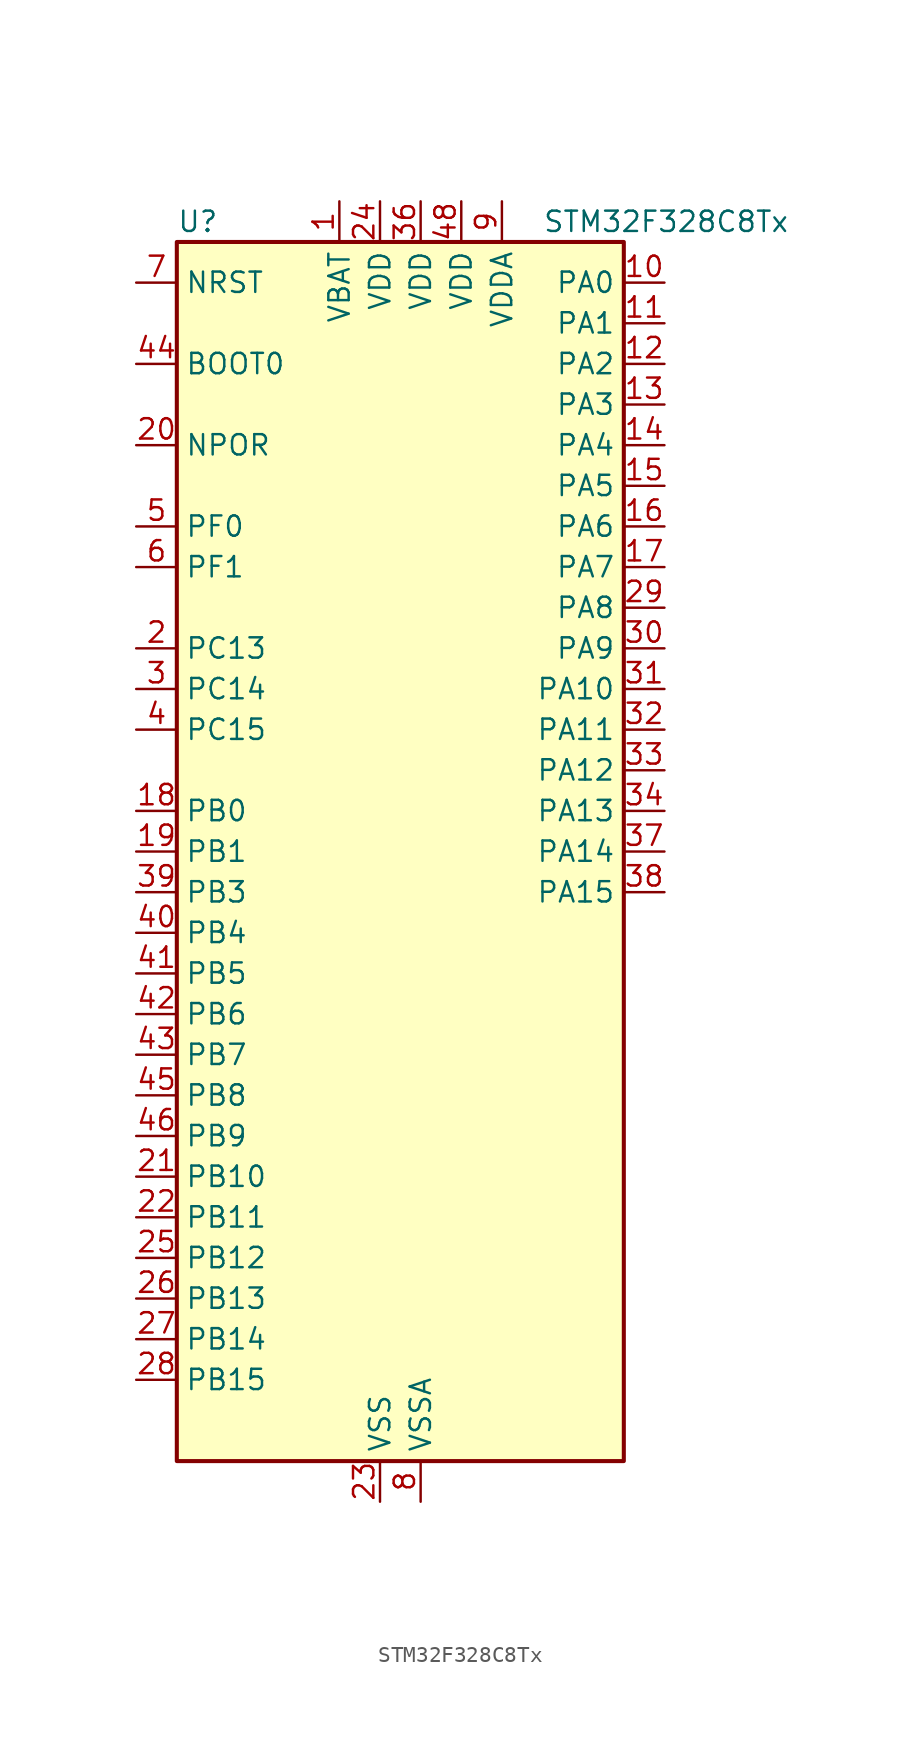
<source format=kicad_sym>
(kicad_symbol_lib
  (version 20220914)
  (generator kicad_symbol_editor)
  (symbol "STM32F328C8Tx"
    (property "Reference" "U"
      (at -12.7 39.37 0)
      (effects (font (size 1.27 1.27)) (justify left)))
    (property "Value" "STM32F328C8Tx"
      (at 10.16 39.37 0)
      (effects (font (size 1.27 1.27)) (justify left)))
    (property "ki_locked" ""
      (at 0 0 0)
      (effects (font (size 1.27 1.27))))
    (symbol "STM32F328C8Tx_0_1"
      (rectangle (start -12.7 -38.1) (end 15.24 38.1) (stroke (width 0.254) (type default)) (fill (type background))))
    (symbol "STM32F328C8Tx_1_1"
      (pin power_in line (at -2.54 40.64 270) (length 2.54) (name "VBAT" (effects (font (size 1.27 1.27)))) (number "1" (effects (font (size 1.27 1.27)))))
      (pin bidirectional line (at 17.78 35.56 180) (length 2.54) (name "PA0" (effects (font (size 1.27 1.27)))) (number "10" (effects (font (size 1.27 1.27)))) (alternate "ADC1_IN1" bidirectional line) (alternate "RTC_TAMP2" bidirectional line) (alternate "SYS_WKUP1" bidirectional line) (alternate "TIM2_CH1" bidirectional line) (alternate "TIM2_ETR" bidirectional line) (alternate "TSC_G1_IO1" bidirectional line) (alternate "USART2_CTS" bidirectional line))
      (pin bidirectional line (at 17.78 33.02 180) (length 2.54) (name "PA1" (effects (font (size 1.27 1.27)))) (number "11" (effects (font (size 1.27 1.27)))) (alternate "ADC1_IN2" bidirectional line) (alternate "RTC_REFIN" bidirectional line) (alternate "TIM15_CH1N" bidirectional line) (alternate "TIM2_CH2" bidirectional line) (alternate "TSC_G1_IO2" bidirectional line) (alternate "USART2_DE" bidirectional line) (alternate "USART2_RTS" bidirectional line))
      (pin bidirectional line (at 17.78 30.48 180) (length 2.54) (name "PA2" (effects (font (size 1.27 1.27)))) (number "12" (effects (font (size 1.27 1.27)))) (alternate "ADC1_IN3" bidirectional line) (alternate "COMP2_INM" bidirectional line) (alternate "COMP2_OUT" bidirectional line) (alternate "TIM15_CH1" bidirectional line) (alternate "TIM2_CH3" bidirectional line) (alternate "TSC_G1_IO3" bidirectional line) (alternate "USART2_TX" bidirectional line))
      (pin bidirectional line (at 17.78 27.94 180) (length 2.54) (name "PA3" (effects (font (size 1.27 1.27)))) (number "13" (effects (font (size 1.27 1.27)))) (alternate "ADC1_IN4" bidirectional line) (alternate "TIM15_CH2" bidirectional line) (alternate "TIM2_CH4" bidirectional line) (alternate "TSC_G1_IO4" bidirectional line) (alternate "USART2_RX" bidirectional line))
      (pin bidirectional line (at 17.78 25.4 180) (length 2.54) (name "PA4" (effects (font (size 1.27 1.27)))) (number "14" (effects (font (size 1.27 1.27)))) (alternate "ADC2_IN1" bidirectional line) (alternate "COMP2_INM" bidirectional line) (alternate "COMP4_INM" bidirectional line) (alternate "COMP6_INM" bidirectional line) (alternate "DAC1_OUT1" bidirectional line) (alternate "SPI1_NSS" bidirectional line) (alternate "TIM3_CH2" bidirectional line) (alternate "TSC_G2_IO1" bidirectional line) (alternate "USART2_CK" bidirectional line))
      (pin bidirectional line (at 17.78 22.86 180) (length 2.54) (name "PA5" (effects (font (size 1.27 1.27)))) (number "15" (effects (font (size 1.27 1.27)))) (alternate "ADC2_IN2" bidirectional line) (alternate "DAC1_OUT2" bidirectional line) (alternate "OPAMP2_VINM" bidirectional line) (alternate "OPAMP2_VINM_SEC" bidirectional line) (alternate "SPI1_SCK" bidirectional line) (alternate "TIM2_CH1" bidirectional line) (alternate "TIM2_ETR" bidirectional line) (alternate "TSC_G2_IO2" bidirectional line))
      (pin bidirectional line (at 17.78 20.32 180) (length 2.54) (name "PA6" (effects (font (size 1.27 1.27)))) (number "16" (effects (font (size 1.27 1.27)))) (alternate "ADC2_IN3" bidirectional line) (alternate "DAC2_OUT1" bidirectional line) (alternate "OPAMP2_VOUT" bidirectional line) (alternate "SPI1_MISO" bidirectional line) (alternate "TIM16_CH1" bidirectional line) (alternate "TIM1_BKIN" bidirectional line) (alternate "TIM3_CH1" bidirectional line) (alternate "TSC_G2_IO3" bidirectional line))
      (pin bidirectional line (at 17.78 17.78 180) (length 2.54) (name "PA7" (effects (font (size 1.27 1.27)))) (number "17" (effects (font (size 1.27 1.27)))) (alternate "ADC2_IN4" bidirectional line) (alternate "COMP2_INP" bidirectional line) (alternate "OPAMP2_VINP" bidirectional line) (alternate "OPAMP2_VINP_SEC" bidirectional line) (alternate "SPI1_MOSI" bidirectional line) (alternate "TIM17_CH1" bidirectional line) (alternate "TIM1_CH1N" bidirectional line) (alternate "TIM3_CH2" bidirectional line) (alternate "TSC_G2_IO4" bidirectional line))
      (pin bidirectional line (at -15.24 2.54 0) (length 2.54) (name "PB0" (effects (font (size 1.27 1.27)))) (number "18" (effects (font (size 1.27 1.27)))) (alternate "ADC1_IN11" bidirectional line) (alternate "COMP4_INP" bidirectional line) (alternate "OPAMP2_VINP" bidirectional line) (alternate "OPAMP2_VINP_SEC" bidirectional line) (alternate "TIM1_CH2N" bidirectional line) (alternate "TIM3_CH3" bidirectional line) (alternate "TSC_G3_IO2" bidirectional line))
      (pin bidirectional line (at -15.24 0 0) (length 2.54) (name "PB1" (effects (font (size 1.27 1.27)))) (number "19" (effects (font (size 1.27 1.27)))) (alternate "ADC1_IN12" bidirectional line) (alternate "COMP4_OUT" bidirectional line) (alternate "TIM1_CH3N" bidirectional line) (alternate "TIM3_CH4" bidirectional line) (alternate "TSC_G3_IO3" bidirectional line))
      (pin bidirectional line (at -15.24 12.7 0) (length 2.54) (name "PC13" (effects (font (size 1.27 1.27)))) (number "2" (effects (font (size 1.27 1.27)))) (alternate "RTC_OUT_ALARM" bidirectional line) (alternate "RTC_OUT_CALIB" bidirectional line) (alternate "RTC_TAMP1" bidirectional line) (alternate "RTC_TS" bidirectional line) (alternate "SYS_WKUP2" bidirectional line) (alternate "TIM1_CH1N" bidirectional line))
      (pin input line (at -15.24 25.4 0) (length 2.54) (name "NPOR" (effects (font (size 1.27 1.27)))) (number "20" (effects (font (size 1.27 1.27)))))
      (pin bidirectional line (at -15.24 -20.32 0) (length 2.54) (name "PB10" (effects (font (size 1.27 1.27)))) (number "21" (effects (font (size 1.27 1.27)))) (alternate "TIM2_CH3" bidirectional line) (alternate "TSC_SYNC" bidirectional line) (alternate "USART3_TX" bidirectional line))
      (pin bidirectional line (at -15.24 -22.86 0) (length 2.54) (name "PB11" (effects (font (size 1.27 1.27)))) (number "22" (effects (font (size 1.27 1.27)))) (alternate "COMP6_INP" bidirectional line) (alternate "TIM2_CH4" bidirectional line) (alternate "TSC_G6_IO1" bidirectional line) (alternate "USART3_RX" bidirectional line))
      (pin power_in line (at 0 -40.64 90) (length 2.54) (name "VSS" (effects (font (size 1.27 1.27)))) (number "23" (effects (font (size 1.27 1.27)))))
      (pin power_in line (at 0 40.64 270) (length 2.54) (name "VDD" (effects (font (size 1.27 1.27)))) (number "24" (effects (font (size 1.27 1.27)))))
      (pin bidirectional line (at -15.24 -25.4 0) (length 2.54) (name "PB12" (effects (font (size 1.27 1.27)))) (number "25" (effects (font (size 1.27 1.27)))) (alternate "ADC2_IN13" bidirectional line) (alternate "TIM1_BKIN" bidirectional line) (alternate "TSC_G6_IO2" bidirectional line) (alternate "USART3_CK" bidirectional line))
      (pin bidirectional line (at -15.24 -27.94 0) (length 2.54) (name "PB13" (effects (font (size 1.27 1.27)))) (number "26" (effects (font (size 1.27 1.27)))) (alternate "ADC1_IN13" bidirectional line) (alternate "TIM1_CH1N" bidirectional line) (alternate "TSC_G6_IO3" bidirectional line) (alternate "USART3_CTS" bidirectional line))
      (pin bidirectional line (at -15.24 -30.48 0) (length 2.54) (name "PB14" (effects (font (size 1.27 1.27)))) (number "27" (effects (font (size 1.27 1.27)))) (alternate "ADC2_IN14" bidirectional line) (alternate "OPAMP2_VINP" bidirectional line) (alternate "OPAMP2_VINP_SEC" bidirectional line) (alternate "TIM15_CH1" bidirectional line) (alternate "TIM1_CH2N" bidirectional line) (alternate "TSC_G6_IO4" bidirectional line) (alternate "USART3_DE" bidirectional line) (alternate "USART3_RTS" bidirectional line))
      (pin bidirectional line (at -15.24 -33.02 0) (length 2.54) (name "PB15" (effects (font (size 1.27 1.27)))) (number "28" (effects (font (size 1.27 1.27)))) (alternate "ADC2_IN15" bidirectional line) (alternate "COMP6_INM" bidirectional line) (alternate "RTC_REFIN" bidirectional line) (alternate "TIM15_CH1N" bidirectional line) (alternate "TIM15_CH2" bidirectional line) (alternate "TIM1_CH3N" bidirectional line))
      (pin bidirectional line (at 17.78 15.24 180) (length 2.54) (name "PA8" (effects (font (size 1.27 1.27)))) (number "29" (effects (font (size 1.27 1.27)))) (alternate "RCC_MCO" bidirectional line) (alternate "TIM1_CH1" bidirectional line) (alternate "USART1_CK" bidirectional line))
      (pin bidirectional line (at -15.24 10.16 0) (length 2.54) (name "PC14" (effects (font (size 1.27 1.27)))) (number "3" (effects (font (size 1.27 1.27)))) (alternate "RCC_OSC32_IN" bidirectional line))
      (pin bidirectional line (at 17.78 12.7 180) (length 2.54) (name "PA9" (effects (font (size 1.27 1.27)))) (number "30" (effects (font (size 1.27 1.27)))) (alternate "DAC1_EXTI9" bidirectional line) (alternate "DAC2_EXTI9" bidirectional line) (alternate "TIM15_BKIN" bidirectional line) (alternate "TIM1_CH2" bidirectional line) (alternate "TIM2_CH3" bidirectional line) (alternate "TSC_G4_IO1" bidirectional line) (alternate "USART1_TX" bidirectional line))
      (pin bidirectional line (at 17.78 10.16 180) (length 2.54) (name "PA10" (effects (font (size 1.27 1.27)))) (number "31" (effects (font (size 1.27 1.27)))) (alternate "COMP6_OUT" bidirectional line) (alternate "TIM17_BKIN" bidirectional line) (alternate "TIM1_CH3" bidirectional line) (alternate "TIM2_CH4" bidirectional line) (alternate "TSC_G4_IO2" bidirectional line) (alternate "USART1_RX" bidirectional line))
      (pin bidirectional line (at 17.78 7.62 180) (length 2.54) (name "PA11" (effects (font (size 1.27 1.27)))) (number "32" (effects (font (size 1.27 1.27)))) (alternate "CAN_RX" bidirectional line) (alternate "TIM1_BKIN2" bidirectional line) (alternate "TIM1_CH1N" bidirectional line) (alternate "TIM1_CH4" bidirectional line) (alternate "USART1_CTS" bidirectional line))
      (pin bidirectional line (at 17.78 5.08 180) (length 2.54) (name "PA12" (effects (font (size 1.27 1.27)))) (number "33" (effects (font (size 1.27 1.27)))) (alternate "CAN_TX" bidirectional line) (alternate "COMP2_OUT" bidirectional line) (alternate "TIM16_CH1" bidirectional line) (alternate "TIM1_CH2N" bidirectional line) (alternate "TIM1_ETR" bidirectional line) (alternate "USART1_DE" bidirectional line) (alternate "USART1_RTS" bidirectional line))
      (pin bidirectional line (at 17.78 2.54 180) (length 2.54) (name "PA13" (effects (font (size 1.27 1.27)))) (number "34" (effects (font (size 1.27 1.27)))) (alternate "IR_OUT" bidirectional line) (alternate "SYS_JTMS-SWDIO" bidirectional line) (alternate "TIM16_CH1N" bidirectional line) (alternate "TSC_G4_IO3" bidirectional line) (alternate "USART3_CTS" bidirectional line))
      (pin passive line (at 0 -40.64 90) (length 2.54) hide (name "VSS" (effects (font (size 1.27 1.27)))) (number "35" (effects (font (size 1.27 1.27)))))
      (pin power_in line (at 2.54 40.64 270) (length 2.54) (name "VDD" (effects (font (size 1.27 1.27)))) (number "36" (effects (font (size 1.27 1.27)))))
      (pin bidirectional line (at 17.78 0 180) (length 2.54) (name "PA14" (effects (font (size 1.27 1.27)))) (number "37" (effects (font (size 1.27 1.27)))) (alternate "I2C1_SDA" bidirectional line) (alternate "SYS_JTCK-SWCLK" bidirectional line) (alternate "TIM1_BKIN" bidirectional line) (alternate "TSC_G4_IO4" bidirectional line) (alternate "USART2_TX" bidirectional line))
      (pin bidirectional line (at 17.78 -2.54 180) (length 2.54) (name "PA15" (effects (font (size 1.27 1.27)))) (number "38" (effects (font (size 1.27 1.27)))) (alternate "I2C1_SCL" bidirectional line) (alternate "SPI1_NSS" bidirectional line) (alternate "SYS_JTDI" bidirectional line) (alternate "TIM1_BKIN" bidirectional line) (alternate "TIM2_CH1" bidirectional line) (alternate "TIM2_ETR" bidirectional line) (alternate "TSC_SYNC" bidirectional line) (alternate "USART2_RX" bidirectional line))
      (pin bidirectional line (at -15.24 -2.54 0) (length 2.54) (name "PB3" (effects (font (size 1.27 1.27)))) (number "39" (effects (font (size 1.27 1.27)))) (alternate "SPI1_SCK" bidirectional line) (alternate "SYS_JTDO-TRACESWO" bidirectional line) (alternate "TIM2_CH2" bidirectional line) (alternate "TIM3_ETR" bidirectional line) (alternate "TSC_G5_IO1" bidirectional line) (alternate "USART2_TX" bidirectional line))
      (pin bidirectional line (at -15.24 7.62 0) (length 2.54) (name "PC15" (effects (font (size 1.27 1.27)))) (number "4" (effects (font (size 1.27 1.27)))) (alternate "RCC_OSC32_OUT" bidirectional line))
      (pin bidirectional line (at -15.24 -5.08 0) (length 2.54) (name "PB4" (effects (font (size 1.27 1.27)))) (number "40" (effects (font (size 1.27 1.27)))) (alternate "SPI1_MISO" bidirectional line) (alternate "SYS_NJTRST" bidirectional line) (alternate "TIM16_CH1" bidirectional line) (alternate "TIM17_BKIN" bidirectional line) (alternate "TIM3_CH1" bidirectional line) (alternate "TSC_G5_IO2" bidirectional line) (alternate "USART2_RX" bidirectional line))
      (pin bidirectional line (at -15.24 -7.62 0) (length 2.54) (name "PB5" (effects (font (size 1.27 1.27)))) (number "41" (effects (font (size 1.27 1.27)))) (alternate "I2C1_SMBA" bidirectional line) (alternate "SPI1_MOSI" bidirectional line) (alternate "TIM16_BKIN" bidirectional line) (alternate "TIM17_CH1" bidirectional line) (alternate "TIM3_CH2" bidirectional line) (alternate "USART2_CK" bidirectional line))
      (pin bidirectional line (at -15.24 -10.16 0) (length 2.54) (name "PB6" (effects (font (size 1.27 1.27)))) (number "42" (effects (font (size 1.27 1.27)))) (alternate "I2C1_SCL" bidirectional line) (alternate "TIM16_CH1N" bidirectional line) (alternate "TSC_G5_IO3" bidirectional line) (alternate "USART1_TX" bidirectional line))
      (pin bidirectional line (at -15.24 -12.7 0) (length 2.54) (name "PB7" (effects (font (size 1.27 1.27)))) (number "43" (effects (font (size 1.27 1.27)))) (alternate "I2C1_SDA" bidirectional line) (alternate "TIM17_CH1N" bidirectional line) (alternate "TIM3_CH4" bidirectional line) (alternate "TSC_G5_IO4" bidirectional line) (alternate "USART1_RX" bidirectional line))
      (pin input line (at -15.24 30.48 0) (length 2.54) (name "BOOT0" (effects (font (size 1.27 1.27)))) (number "44" (effects (font (size 1.27 1.27)))))
      (pin bidirectional line (at -15.24 -15.24 0) (length 2.54) (name "PB8" (effects (font (size 1.27 1.27)))) (number "45" (effects (font (size 1.27 1.27)))) (alternate "CAN_RX" bidirectional line) (alternate "I2C1_SCL" bidirectional line) (alternate "TIM16_CH1" bidirectional line) (alternate "TIM1_BKIN" bidirectional line) (alternate "TSC_SYNC" bidirectional line) (alternate "USART3_RX" bidirectional line))
      (pin bidirectional line (at -15.24 -17.78 0) (length 2.54) (name "PB9" (effects (font (size 1.27 1.27)))) (number "46" (effects (font (size 1.27 1.27)))) (alternate "CAN_TX" bidirectional line) (alternate "COMP2_OUT" bidirectional line) (alternate "DAC1_EXTI9" bidirectional line) (alternate "DAC2_EXTI9" bidirectional line) (alternate "I2C1_SDA" bidirectional line) (alternate "IR_OUT" bidirectional line) (alternate "TIM17_CH1" bidirectional line) (alternate "USART3_TX" bidirectional line))
      (pin passive line (at 0 -40.64 90) (length 2.54) hide (name "VSS" (effects (font (size 1.27 1.27)))) (number "47" (effects (font (size 1.27 1.27)))))
      (pin power_in line (at 5.08 40.64 270) (length 2.54) (name "VDD" (effects (font (size 1.27 1.27)))) (number "48" (effects (font (size 1.27 1.27)))))
      (pin bidirectional line (at -15.24 20.32 0) (length 2.54) (name "PF0" (effects (font (size 1.27 1.27)))) (number "5" (effects (font (size 1.27 1.27)))) (alternate "RCC_OSC_IN" bidirectional line) (alternate "TIM1_CH3N" bidirectional line))
      (pin bidirectional line (at -15.24 17.78 0) (length 2.54) (name "PF1" (effects (font (size 1.27 1.27)))) (number "6" (effects (font (size 1.27 1.27)))) (alternate "RCC_OSC_OUT" bidirectional line))
      (pin input line (at -15.24 35.56 0) (length 2.54) (name "NRST" (effects (font (size 1.27 1.27)))) (number "7" (effects (font (size 1.27 1.27)))))
      (pin power_in line (at 2.54 -40.64 90) (length 2.54) (name "VSSA" (effects (font (size 1.27 1.27)))) (number "8" (effects (font (size 1.27 1.27)))))
      (pin power_in line (at 7.62 40.64 270) (length 2.54) (name "VDDA" (effects (font (size 1.27 1.27)))) (number "9" (effects (font (size 1.27 1.27))))))))
</source>
